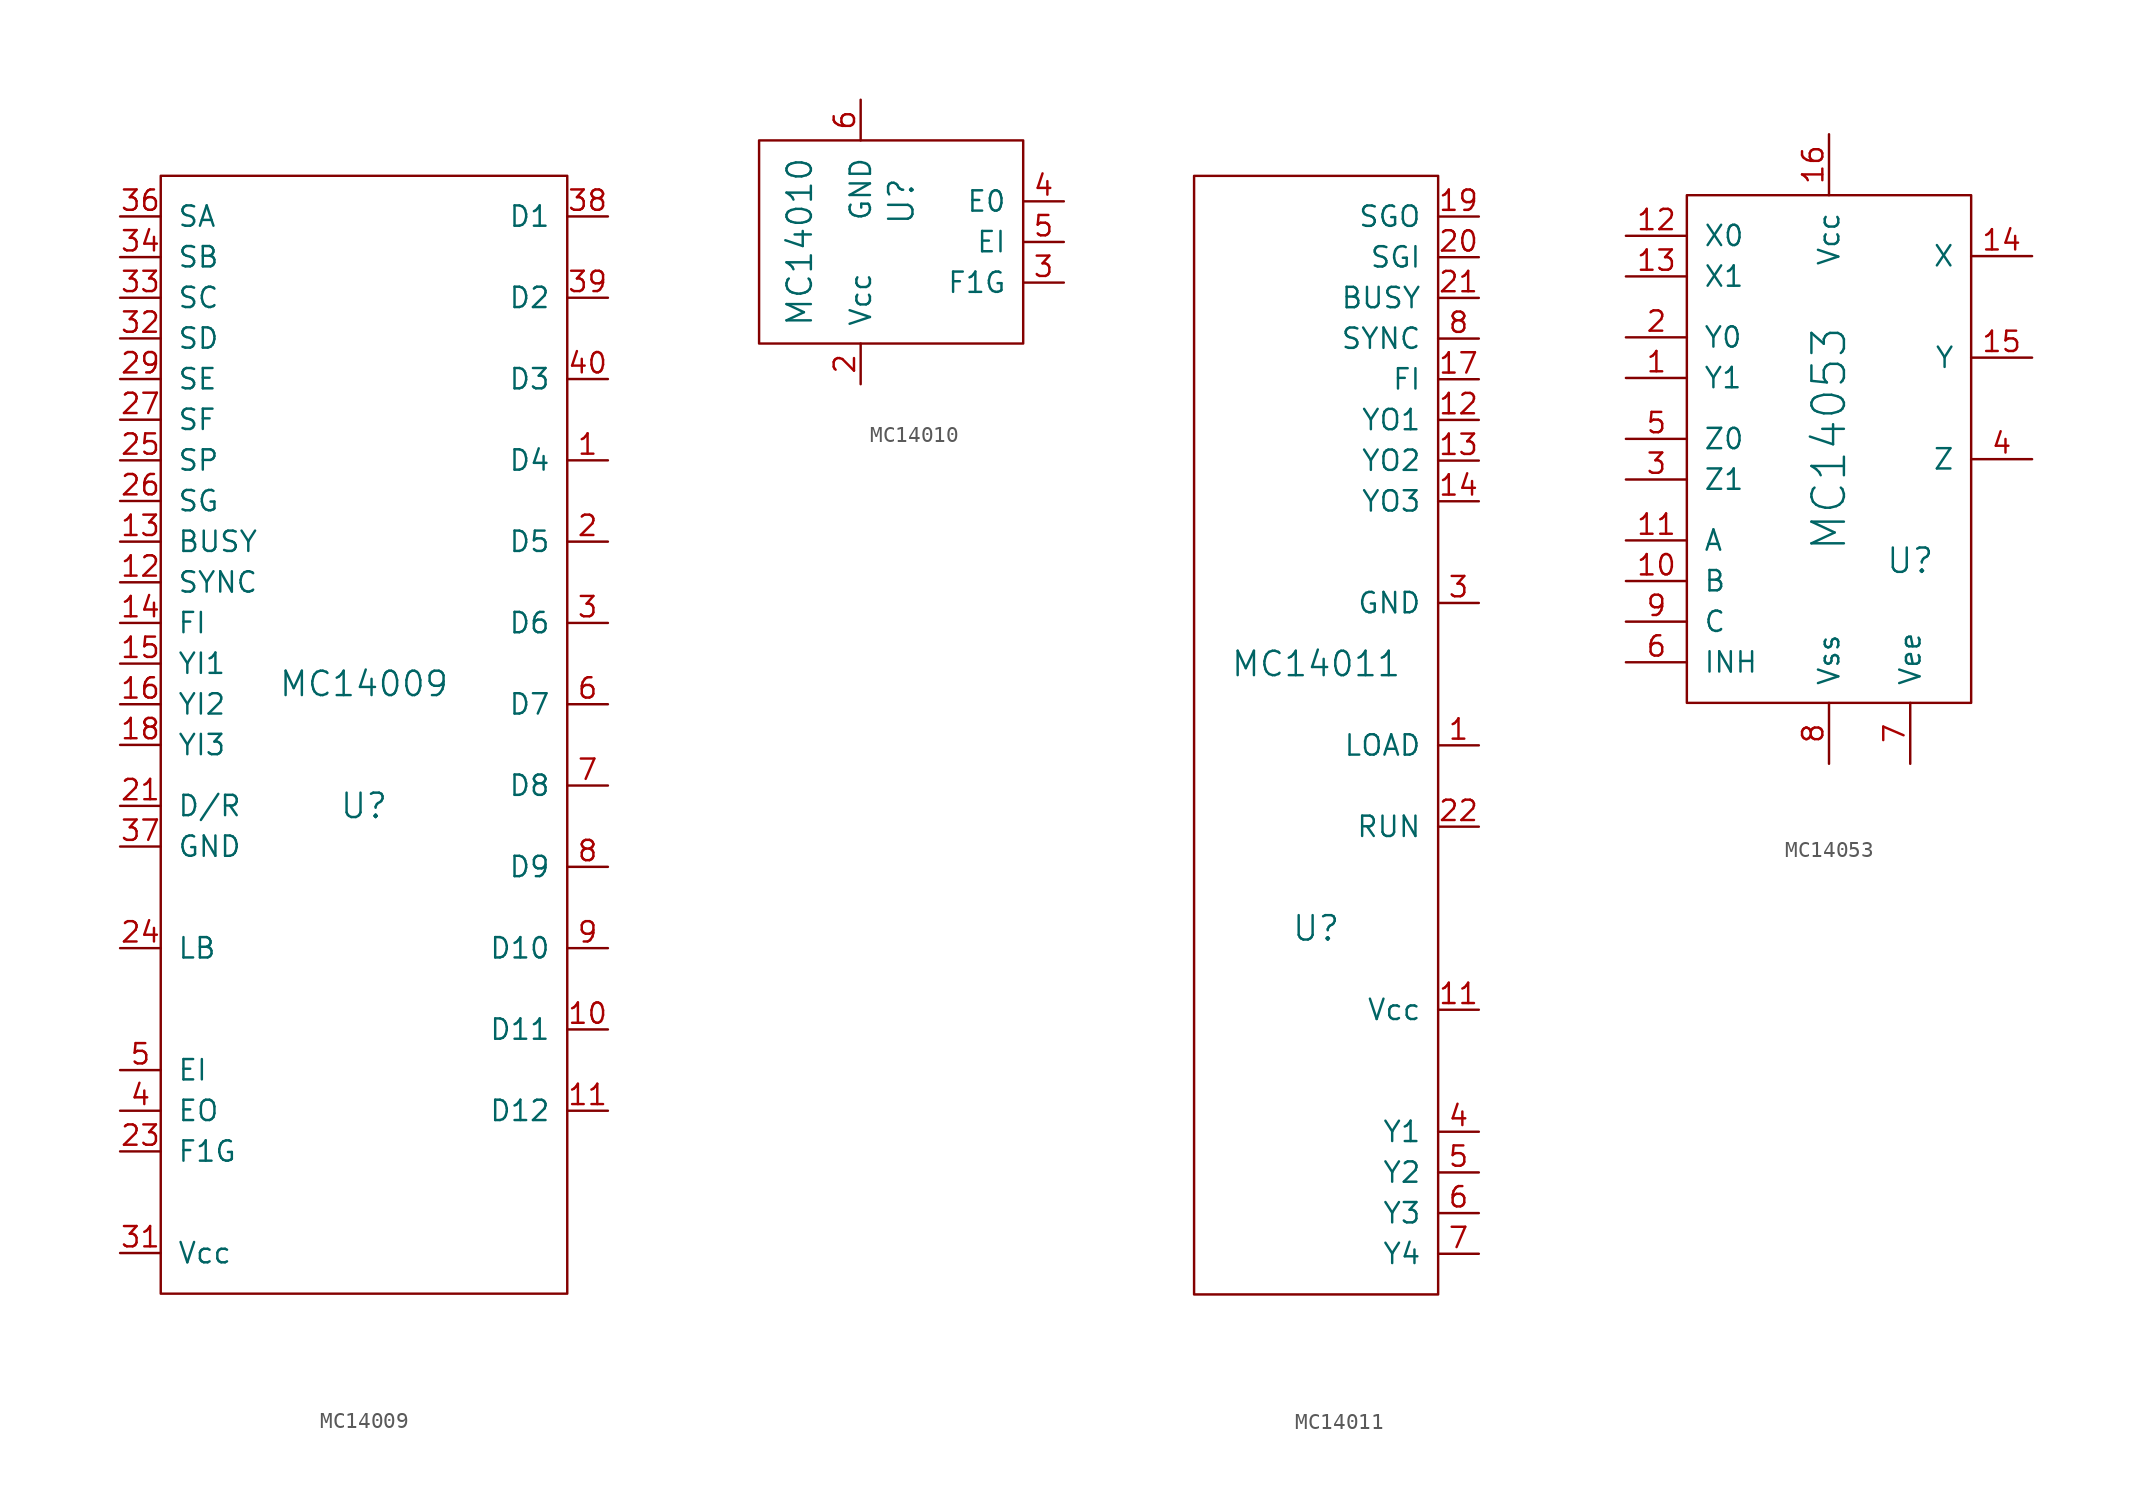
<source format=kicad_sym>
(kicad_symbol_lib
  (version 20231120)
  (generator "kicad_symbol_editor")
  (generator_version "8.0")
  (symbol "MC14009"
    (pin_names
      (offset 1.016))
    (property "Reference" "U"
      (at 0 -3.81 0)
      (effects (font (size 1.524 1.524))))
    (property "Value" "MC14009"
      (at 0 3.81 0)
      (effects (font (size 1.524 1.524))))
    (property "Footprint" ""
      (at 0 0 0)
      (effects (font (size 1.524 1.524))))
    (property "Datasheet" ""
      (at 0 0 0)
      (effects (font (size 1.524 1.524))))
    (symbol "MC14009_0_1"
      (rectangle (start -12.7 35.56) (end 12.7 -34.29) (stroke (width 0) (type default)) (fill (type none))))
    (symbol "MC14009_1_1"
      (pin passive line (at 15.24 17.78 180) (length 2.54) (name "D4" (effects (font (size 1.27 1.27)))) (number "1" (effects (font (size 1.27 1.27)))))
      (pin passive line (at 15.24 -17.78 180) (length 2.54) (name "D11" (effects (font (size 1.27 1.27)))) (number "10" (effects (font (size 1.27 1.27)))))
      (pin passive line (at 15.24 -22.86 180) (length 2.54) (name "D12" (effects (font (size 1.27 1.27)))) (number "11" (effects (font (size 1.27 1.27)))))
      (pin passive line (at -15.24 10.16 0) (length 2.54) (name "SYNC" (effects (font (size 1.27 1.27)))) (number "12" (effects (font (size 1.27 1.27)))))
      (pin passive line (at -15.24 12.7 0) (length 2.54) (name "BUSY" (effects (font (size 1.27 1.27)))) (number "13" (effects (font (size 1.27 1.27)))))
      (pin passive line (at -15.24 7.62 0) (length 2.54) (name "FI" (effects (font (size 1.27 1.27)))) (number "14" (effects (font (size 1.27 1.27)))))
      (pin passive line (at -15.24 5.08 0) (length 2.54) (name "YI1" (effects (font (size 1.27 1.27)))) (number "15" (effects (font (size 1.27 1.27)))))
      (pin passive line (at -15.24 2.54 0) (length 2.54) (name "YI2" (effects (font (size 1.27 1.27)))) (number "16" (effects (font (size 1.27 1.27)))))
      (pin passive line (at -15.24 0 0) (length 2.54) (name "YI3" (effects (font (size 1.27 1.27)))) (number "18" (effects (font (size 1.27 1.27)))))
      (pin passive line (at 15.24 12.7 180) (length 2.54) (name "D5" (effects (font (size 1.27 1.27)))) (number "2" (effects (font (size 1.27 1.27)))))
      (pin passive line (at -15.24 -3.81 0) (length 2.54) (name "D/R" (effects (font (size 1.27 1.27)))) (number "21" (effects (font (size 1.27 1.27)))))
      (pin passive line (at -15.24 -25.4 0) (length 2.54) (name "F1G" (effects (font (size 1.27 1.27)))) (number "23" (effects (font (size 1.27 1.27)))))
      (pin passive line (at -15.24 -12.7 0) (length 2.54) (name "LB" (effects (font (size 1.27 1.27)))) (number "24" (effects (font (size 1.27 1.27)))))
      (pin passive line (at -15.24 17.78 0) (length 2.54) (name "SP" (effects (font (size 1.27 1.27)))) (number "25" (effects (font (size 1.27 1.27)))))
      (pin passive line (at -15.24 15.24 0) (length 2.54) (name "SG" (effects (font (size 1.27 1.27)))) (number "26" (effects (font (size 1.27 1.27)))))
      (pin passive line (at -15.24 20.32 0) (length 2.54) (name "SF" (effects (font (size 1.27 1.27)))) (number "27" (effects (font (size 1.27 1.27)))))
      (pin passive line (at -15.24 22.86 0) (length 2.54) (name "SE" (effects (font (size 1.27 1.27)))) (number "29" (effects (font (size 1.27 1.27)))))
      (pin passive line (at 15.24 7.62 180) (length 2.54) (name "D6" (effects (font (size 1.27 1.27)))) (number "3" (effects (font (size 1.27 1.27)))))
      (pin power_in line (at -15.24 -31.75 0) (length 2.54) (name "Vcc" (effects (font (size 1.27 1.27)))) (number "31" (effects (font (size 1.27 1.27)))))
      (pin passive line (at -15.24 25.4 0) (length 2.54) (name "SD" (effects (font (size 1.27 1.27)))) (number "32" (effects (font (size 1.27 1.27)))))
      (pin passive line (at -15.24 27.94 0) (length 2.54) (name "SC" (effects (font (size 1.27 1.27)))) (number "33" (effects (font (size 1.27 1.27)))))
      (pin passive line (at -15.24 30.48 0) (length 2.54) (name "SB" (effects (font (size 1.27 1.27)))) (number "34" (effects (font (size 1.27 1.27)))))
      (pin passive line (at -15.24 33.02 0) (length 2.54) (name "SA" (effects (font (size 1.27 1.27)))) (number "36" (effects (font (size 1.27 1.27)))))
      (pin power_out line (at -15.24 -6.35 0) (length 2.54) (name "GND" (effects (font (size 1.27 1.27)))) (number "37" (effects (font (size 1.27 1.27)))))
      (pin passive line (at 15.24 33.02 180) (length 2.54) (name "D1" (effects (font (size 1.27 1.27)))) (number "38" (effects (font (size 1.27 1.27)))))
      (pin passive line (at 15.24 27.94 180) (length 2.54) (name "D2" (effects (font (size 1.27 1.27)))) (number "39" (effects (font (size 1.27 1.27)))))
      (pin passive line (at -15.24 -22.86 0) (length 2.54) (name "EO" (effects (font (size 1.27 1.27)))) (number "4" (effects (font (size 1.27 1.27)))))
      (pin passive line (at 15.24 22.86 180) (length 2.54) (name "D3" (effects (font (size 1.27 1.27)))) (number "40" (effects (font (size 1.27 1.27)))))
      (pin passive line (at -15.24 -20.32 0) (length 2.54) (name "EI" (effects (font (size 1.27 1.27)))) (number "5" (effects (font (size 1.27 1.27)))))
      (pin passive line (at 15.24 2.54 180) (length 2.54) (name "D7" (effects (font (size 1.27 1.27)))) (number "6" (effects (font (size 1.27 1.27)))))
      (pin passive line (at 15.24 -2.54 180) (length 2.54) (name "D8" (effects (font (size 1.27 1.27)))) (number "7" (effects (font (size 1.27 1.27)))))
      (pin passive line (at 15.24 -7.62 180) (length 2.54) (name "D9" (effects (font (size 1.27 1.27)))) (number "8" (effects (font (size 1.27 1.27)))))
      (pin passive line (at 15.24 -12.7 180) (length 2.54) (name "D10" (effects (font (size 1.27 1.27)))) (number "9" (effects (font (size 1.27 1.27)))))))
  (symbol "MC14010"
    (pin_names
      (offset 1.016))
    (property "Reference" "U"
      (at 2.54 2.54 90)
      (effects (font (size 1.524 1.524))))
    (property "Value" "MC14010"
      (at -3.81 0 90)
      (effects (font (size 1.524 1.524))))
    (property "Footprint" ""
      (at 0 0 0)
      (effects (font (size 1.524 1.524))))
    (property "Datasheet" ""
      (at 0 0 0)
      (effects (font (size 1.524 1.524))))
    (symbol "MC14010_0_1"
      (rectangle (start 10.16 6.35) (end -6.35 -6.35) (stroke (width 0) (type default)) (fill (type none))))
    (symbol "MC14010_1_1"
      (pin power_in line (at 0 -8.89 90) (length 2.54) (name "Vcc" (effects (font (size 1.27 1.27)))) (number "2" (effects (font (size 1.27 1.27)))))
      (pin passive line (at 12.7 -2.54 180) (length 2.54) (name "F1G" (effects (font (size 1.27 1.27)))) (number "3" (effects (font (size 1.27 1.27)))))
      (pin passive line (at 12.7 2.54 180) (length 2.54) (name "E0" (effects (font (size 1.27 1.27)))) (number "4" (effects (font (size 1.27 1.27)))))
      (pin passive line (at 12.7 0 180) (length 2.54) (name "EI" (effects (font (size 1.27 1.27)))) (number "5" (effects (font (size 1.27 1.27)))))
      (pin power_out line (at 0 8.89 270) (length 2.54) (name "GND" (effects (font (size 1.27 1.27)))) (number "6" (effects (font (size 1.27 1.27)))))))
  (symbol "MC14011"
    (pin_names
      (offset 1.016))
    (property "Reference" "U"
      (at 0 -12.7 0)
      (effects (font (size 1.524 1.524))))
    (property "Value" "MC14011"
      (at 0 3.81 0)
      (effects (font (size 1.524 1.524))))
    (property "Footprint" ""
      (at 0 0 0)
      (effects (font (size 1.524 1.524))))
    (property "Datasheet" ""
      (at 0 0 0)
      (effects (font (size 1.524 1.524))))
    (symbol "MC14011_0_1"
      (rectangle (start 7.62 34.29) (end -7.62 -35.56) (stroke (width 0) (type default)) (fill (type none))))
    (symbol "MC14011_1_1"
      (pin passive line (at 10.16 -1.27 180) (length 2.54) (name "LOAD" (effects (font (size 1.27 1.27)))) (number "1" (effects (font (size 1.27 1.27)))))
      (pin power_in line (at 10.16 -17.78 180) (length 2.54) (name "Vcc" (effects (font (size 1.27 1.27)))) (number "11" (effects (font (size 1.27 1.27)))))
      (pin passive line (at 10.16 19.05 180) (length 2.54) (name "YO1" (effects (font (size 1.27 1.27)))) (number "12" (effects (font (size 1.27 1.27)))))
      (pin passive line (at 10.16 16.51 180) (length 2.54) (name "YO2" (effects (font (size 1.27 1.27)))) (number "13" (effects (font (size 1.27 1.27)))))
      (pin passive line (at 10.16 13.97 180) (length 2.54) (name "YO3" (effects (font (size 1.27 1.27)))) (number "14" (effects (font (size 1.27 1.27)))))
      (pin passive line (at 10.16 21.59 180) (length 2.54) (name "FI" (effects (font (size 1.27 1.27)))) (number "17" (effects (font (size 1.27 1.27)))))
      (pin passive line (at 10.16 31.75 180) (length 2.54) (name "SGO" (effects (font (size 1.27 1.27)))) (number "19" (effects (font (size 1.27 1.27)))))
      (pin passive line (at 10.16 29.21 180) (length 2.54) (name "SGI" (effects (font (size 1.27 1.27)))) (number "20" (effects (font (size 1.27 1.27)))))
      (pin passive line (at 10.16 26.67 180) (length 2.54) (name "BUSY" (effects (font (size 1.27 1.27)))) (number "21" (effects (font (size 1.27 1.27)))))
      (pin passive line (at 10.16 -6.35 180) (length 2.54) (name "RUN" (effects (font (size 1.27 1.27)))) (number "22" (effects (font (size 1.27 1.27)))))
      (pin power_out line (at 10.16 7.62 180) (length 2.54) (name "GND" (effects (font (size 1.27 1.27)))) (number "3" (effects (font (size 1.27 1.27)))))
      (pin passive line (at 10.16 -25.4 180) (length 2.54) (name "Y1" (effects (font (size 1.27 1.27)))) (number "4" (effects (font (size 1.27 1.27)))))
      (pin passive line (at 10.16 -27.94 180) (length 2.54) (name "Y2" (effects (font (size 1.27 1.27)))) (number "5" (effects (font (size 1.27 1.27)))))
      (pin passive line (at 10.16 -30.48 180) (length 2.54) (name "Y3" (effects (font (size 1.27 1.27)))) (number "6" (effects (font (size 1.27 1.27)))))
      (pin passive line (at 10.16 -33.02 180) (length 2.54) (name "Y4" (effects (font (size 1.27 1.27)))) (number "7" (effects (font (size 1.27 1.27)))))
      (pin passive line (at 10.16 24.13 180) (length 2.54) (name "SYNC" (effects (font (size 1.27 1.27)))) (number "8" (effects (font (size 1.27 1.27)))))))
  (symbol "MC14053"
    (pin_names
      (offset 1.016))
    (property "Reference" "U"
      (at 5.08 -7.62 0)
      (effects (font (size 1.524 1.524))))
    (property "Value" "MC14053"
      (at 0 0 90)
      (effects (font (size 2.032 2.032))))
    (property "Footprint" ""
      (at 0 0 0)
      (effects (font (size 1.524 1.524))))
    (property "Datasheet" ""
      (at 0 0 0)
      (effects (font (size 1.524 1.524))))
    (symbol "MC14053_0_1"
      (rectangle (start -8.89 15.24) (end 8.89 -16.51) (stroke (width 0) (type default)) (fill (type none))))
    (symbol "MC14053_1_1"
      (pin passive line (at -12.7 3.81 0) (length 3.81) (name "Y1" (effects (font (size 1.27 1.27)))) (number "1" (effects (font (size 1.27 1.27)))))
      (pin passive line (at -12.7 -8.89 0) (length 3.81) (name "B" (effects (font (size 1.27 1.27)))) (number "10" (effects (font (size 1.27 1.27)))))
      (pin passive line (at -12.7 -6.35 0) (length 3.81) (name "A" (effects (font (size 1.27 1.27)))) (number "11" (effects (font (size 1.27 1.27)))))
      (pin passive line (at -12.7 12.7 0) (length 3.81) (name "X0" (effects (font (size 1.27 1.27)))) (number "12" (effects (font (size 1.27 1.27)))))
      (pin passive line (at -12.7 10.16 0) (length 3.81) (name "X1" (effects (font (size 1.27 1.27)))) (number "13" (effects (font (size 1.27 1.27)))))
      (pin passive line (at 12.7 11.43 180) (length 3.81) (name "X" (effects (font (size 1.27 1.27)))) (number "14" (effects (font (size 1.27 1.27)))))
      (pin passive line (at 12.7 5.08 180) (length 3.81) (name "Y" (effects (font (size 1.27 1.27)))) (number "15" (effects (font (size 1.27 1.27)))))
      (pin power_in line (at 0 19.05 270) (length 3.81) (name "Vcc" (effects (font (size 1.27 1.27)))) (number "16" (effects (font (size 1.27 1.27)))))
      (pin passive line (at -12.7 6.35 0) (length 3.81) (name "Y0" (effects (font (size 1.27 1.27)))) (number "2" (effects (font (size 1.27 1.27)))))
      (pin passive line (at -12.7 -2.54 0) (length 3.81) (name "Z1" (effects (font (size 1.27 1.27)))) (number "3" (effects (font (size 1.27 1.27)))))
      (pin passive line (at 12.7 -1.27 180) (length 3.81) (name "Z" (effects (font (size 1.27 1.27)))) (number "4" (effects (font (size 1.27 1.27)))))
      (pin passive line (at -12.7 0 0) (length 3.81) (name "Z0" (effects (font (size 1.27 1.27)))) (number "5" (effects (font (size 1.27 1.27)))))
      (pin passive line (at -12.7 -13.97 0) (length 3.81) (name "INH" (effects (font (size 1.27 1.27)))) (number "6" (effects (font (size 1.27 1.27)))))
      (pin power_in line (at 5.08 -20.32 90) (length 3.81) (name "Vee" (effects (font (size 1.27 1.27)))) (number "7" (effects (font (size 1.27 1.27)))))
      (pin power_in line (at 0 -20.32 90) (length 3.81) (name "Vss" (effects (font (size 1.27 1.27)))) (number "8" (effects (font (size 1.27 1.27)))))
      (pin passive line (at -12.7 -11.43 0) (length 3.81) (name "C" (effects (font (size 1.27 1.27)))) (number "9" (effects (font (size 1.27 1.27))))))))
</source>
